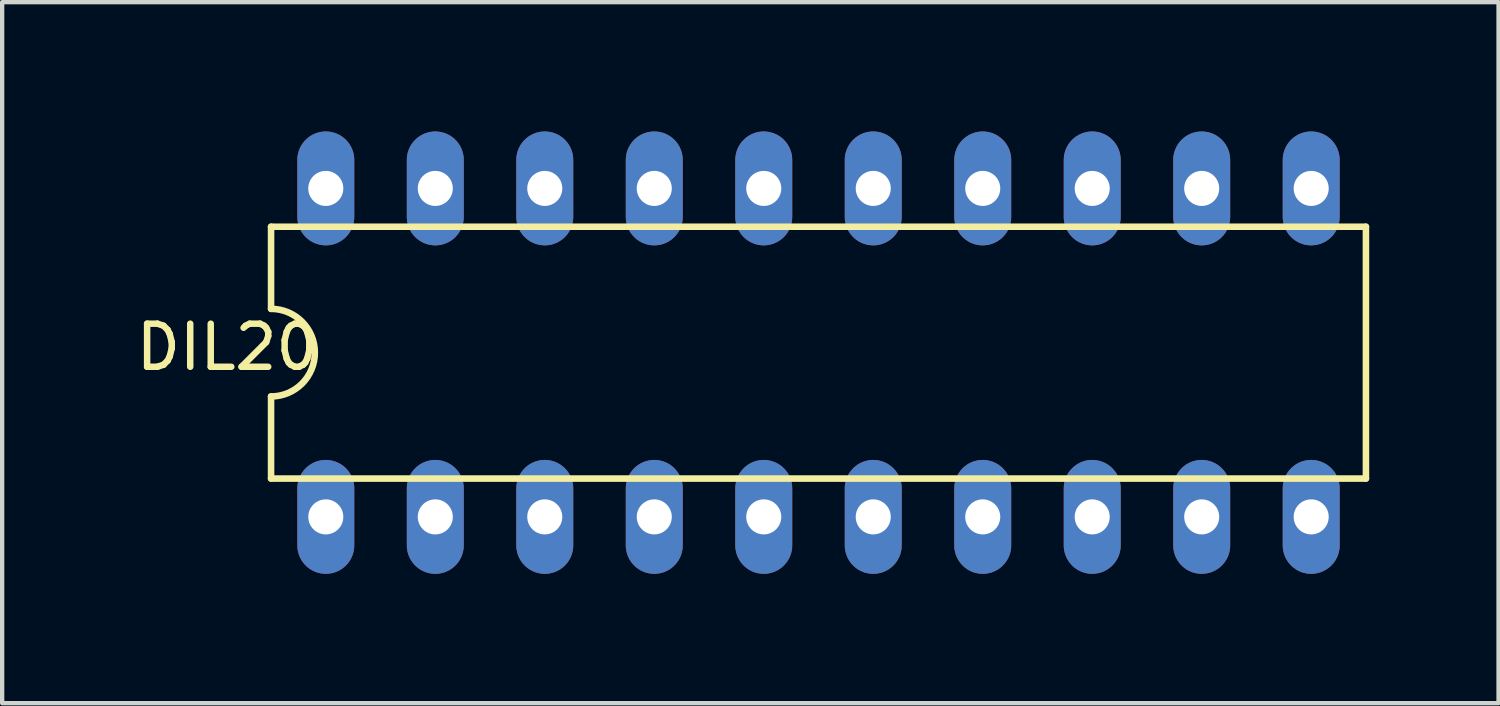
<source format=kicad_pcb>
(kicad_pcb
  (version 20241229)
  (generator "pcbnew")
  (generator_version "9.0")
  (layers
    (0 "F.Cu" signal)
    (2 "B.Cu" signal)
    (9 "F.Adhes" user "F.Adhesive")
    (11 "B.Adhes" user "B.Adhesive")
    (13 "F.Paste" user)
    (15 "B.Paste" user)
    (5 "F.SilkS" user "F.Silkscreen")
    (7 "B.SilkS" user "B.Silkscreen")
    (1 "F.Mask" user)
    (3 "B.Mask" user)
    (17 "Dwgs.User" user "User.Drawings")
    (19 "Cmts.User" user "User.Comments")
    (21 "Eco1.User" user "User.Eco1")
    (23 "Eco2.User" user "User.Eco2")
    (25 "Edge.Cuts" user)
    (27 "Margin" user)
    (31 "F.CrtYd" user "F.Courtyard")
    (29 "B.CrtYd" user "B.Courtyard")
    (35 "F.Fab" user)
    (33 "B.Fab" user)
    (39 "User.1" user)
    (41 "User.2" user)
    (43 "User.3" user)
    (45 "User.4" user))
  (footprint "DIL20"
    (layer "F.Cu")
    (at 15.938 5.131)
    (property "Reference" "DIL20" (at -13.718 -0.127 180) (layer "F.SilkS") (effects (font (size 1 1) (thickness 0.15))))
    (attr through_hole)
    (fp_line (start -12.7 -2.921) (end -12.7 -1.016) (stroke (width 0.152) (type solid)) (layer "F.SilkS"))
    (fp_line (start -12.7 2.921) (end -12.7 1.016) (stroke (width 0.152) (type solid)) (layer "F.SilkS"))
    (fp_line (start -12.7 2.921) (end 12.7 2.921) (stroke (width 0.152) (type solid)) (layer "F.SilkS"))
    (fp_line (start 12.7 -2.921) (end -12.7 -2.921) (stroke (width 0.152) (type solid)) (layer "F.SilkS"))
    (fp_line (start 12.7 -2.921) (end 12.7 2.921) (stroke (width 0.152) (type solid)) (layer "F.SilkS"))
    (fp_arc (start -12.7 -1.016) (mid -11.684 0) (end -12.7 1.016) (stroke (width 0.1524) (type solid)) (layer "F.SilkS"))
    (pad "1" thru_hole oval (at -11.43 3.81) (size 1.321 2.642) (drill 0.813) (layers "*.Cu" "*.Mask"))
    (pad "2" thru_hole oval (at -8.89 3.81) (size 1.321 2.642) (drill 0.813) (layers "*.Cu" "*.Mask"))
    (pad "3" thru_hole oval (at -6.35 3.81) (size 1.321 2.642) (drill 0.813) (layers "*.Cu" "*.Mask"))
    (pad "4" thru_hole oval (at -3.81 3.81) (size 1.321 2.642) (drill 0.813) (layers "*.Cu" "*.Mask"))
    (pad "5" thru_hole oval (at -1.27 3.81) (size 1.321 2.642) (drill 0.813) (layers "*.Cu" "*.Mask"))
    (pad "6" thru_hole oval (at 1.27 3.81) (size 1.321 2.642) (drill 0.813) (layers "*.Cu" "*.Mask"))
    (pad "7" thru_hole oval (at 3.81 3.81) (size 1.321 2.642) (drill 0.813) (layers "*.Cu" "*.Mask"))
    (pad "8" thru_hole oval (at 6.35 3.81) (size 1.321 2.642) (drill 0.813) (layers "*.Cu" "*.Mask"))
    (pad "9" thru_hole oval (at 8.89 3.81) (size 1.321 2.642) (drill 0.813) (layers "*.Cu" "*.Mask"))
    (pad "10" thru_hole oval (at 11.43 3.81) (size 1.321 2.642) (drill 0.813) (layers "*.Cu" "*.Mask"))
    (pad "11" thru_hole oval (at 11.43 -3.81) (size 1.321 2.642) (drill 0.813) (layers "*.Cu" "*.Mask"))
    (pad "12" thru_hole oval (at 8.89 -3.81) (size 1.321 2.642) (drill 0.813) (layers "*.Cu" "*.Mask"))
    (pad "13" thru_hole oval (at 6.35 -3.81) (size 1.321 2.642) (drill 0.813) (layers "*.Cu" "*.Mask"))
    (pad "14" thru_hole oval (at 3.81 -3.81) (size 1.321 2.642) (drill 0.813) (layers "*.Cu" "*.Mask"))
    (pad "15" thru_hole oval (at 1.27 -3.81) (size 1.321 2.642) (drill 0.813) (layers "*.Cu" "*.Mask"))
    (pad "16" thru_hole oval (at -1.27 -3.81) (size 1.321 2.642) (drill 0.813) (layers "*.Cu" "*.Mask"))
    (pad "17" thru_hole oval (at -3.81 -3.81) (size 1.321 2.642) (drill 0.813) (layers "*.Cu" "*.Mask"))
    (pad "18" thru_hole oval (at -6.35 -3.81) (size 1.321 2.642) (drill 0.813) (layers "*.Cu" "*.Mask"))
    (pad "19" thru_hole oval (at -8.89 -3.81) (size 1.321 2.642) (drill 0.813) (layers "*.Cu" "*.Mask"))
    (pad "20" thru_hole oval (at -11.43 -3.81) (size 1.321 2.642) (drill 0.813) (layers "*.Cu" "*.Mask")))
  (gr_rect
    (start -3 -3)
    (end 31.714 13.262)
    (stroke (width 0.1) (type default))
    (fill no)
    (layer "Edge.Cuts")))
</source>
